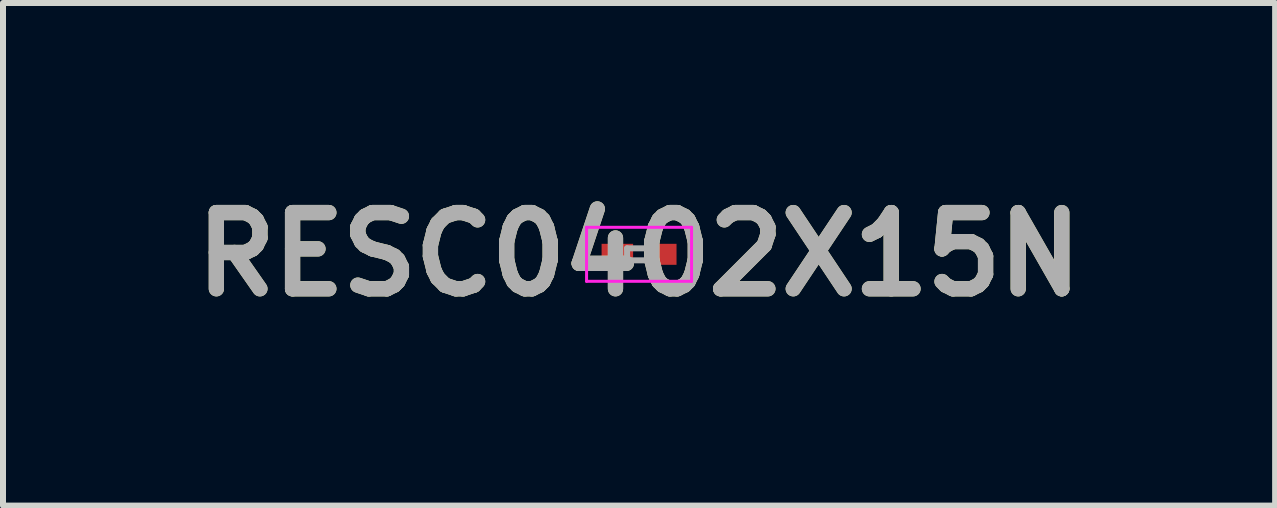
<source format=kicad_pcb>
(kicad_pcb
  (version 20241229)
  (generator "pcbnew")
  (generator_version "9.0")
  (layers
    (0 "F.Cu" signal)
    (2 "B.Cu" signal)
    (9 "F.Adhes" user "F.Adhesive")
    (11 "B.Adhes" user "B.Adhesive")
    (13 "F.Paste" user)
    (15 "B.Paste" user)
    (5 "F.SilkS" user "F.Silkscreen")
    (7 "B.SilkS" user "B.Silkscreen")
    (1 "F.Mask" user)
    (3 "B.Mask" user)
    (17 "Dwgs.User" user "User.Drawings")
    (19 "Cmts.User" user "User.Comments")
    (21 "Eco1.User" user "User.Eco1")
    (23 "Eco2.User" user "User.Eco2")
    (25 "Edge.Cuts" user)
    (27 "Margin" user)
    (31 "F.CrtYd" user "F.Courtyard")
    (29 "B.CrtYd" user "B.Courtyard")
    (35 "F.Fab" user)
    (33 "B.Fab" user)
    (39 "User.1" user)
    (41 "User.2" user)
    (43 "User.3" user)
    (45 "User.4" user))
  (footprint "RESC0402X15N"
    (layer "F.Cu")
    (at 7.602 1.189)
    (property "Reference" "RESC0402X15N" (at 0 0 0) (layer "F.SilkS") (effects (font (size 1.27 1.27) (thickness 0.254))))
    (attr smd)
    (fp_line (start -0.875 -0.45) (end 0.875 -0.45) (stroke (width 0.05) (type solid)) (layer "F.CrtYd"))
    (fp_line (start -0.875 0.45) (end -0.875 -0.45) (stroke (width 0.05) (type solid)) (layer "F.CrtYd"))
    (fp_line (start 0.875 -0.45) (end 0.875 0.45) (stroke (width 0.05) (type solid)) (layer "F.CrtYd"))
    (fp_line (start 0.875 0.45) (end -0.875 0.45) (stroke (width 0.05) (type solid)) (layer "F.CrtYd"))
    (fp_line (start -0.2 -0.1) (end 0.2 -0.1) (stroke (width 0.1) (type solid)) (layer "F.Fab"))
    (fp_line (start -0.2 0.1) (end -0.2 -0.1) (stroke (width 0.1) (type solid)) (layer "F.Fab"))
    (fp_line (start 0.2 -0.1) (end 0.2 0.1) (stroke (width 0.1) (type solid)) (layer "F.Fab"))
    (fp_line (start 0.2 0.1) (end -0.2 0.1) (stroke (width 0.1) (type solid)) (layer "F.Fab"))
    (fp_text user "${REFERENCE}" (at 0 0 0) (layer "F.Fab") (effects (font (size 1.27 1.27) (thickness 0.254))))
    (pad "1" smd rect (at -0.362 0 90) (size 0.35 0.525) (layers "F.Cu" "F.Mask" "F.Paste"))
    (pad "2" smd rect (at 0.362 0 90) (size 0.35 0.525) (layers "F.Cu" "F.Mask" "F.Paste")))
  (gr_rect
    (start -3 -3)
    (end 18.204 5.377)
    (stroke (width 0.1) (type default))
    (fill no)
    (layer "Edge.Cuts")))
</source>
